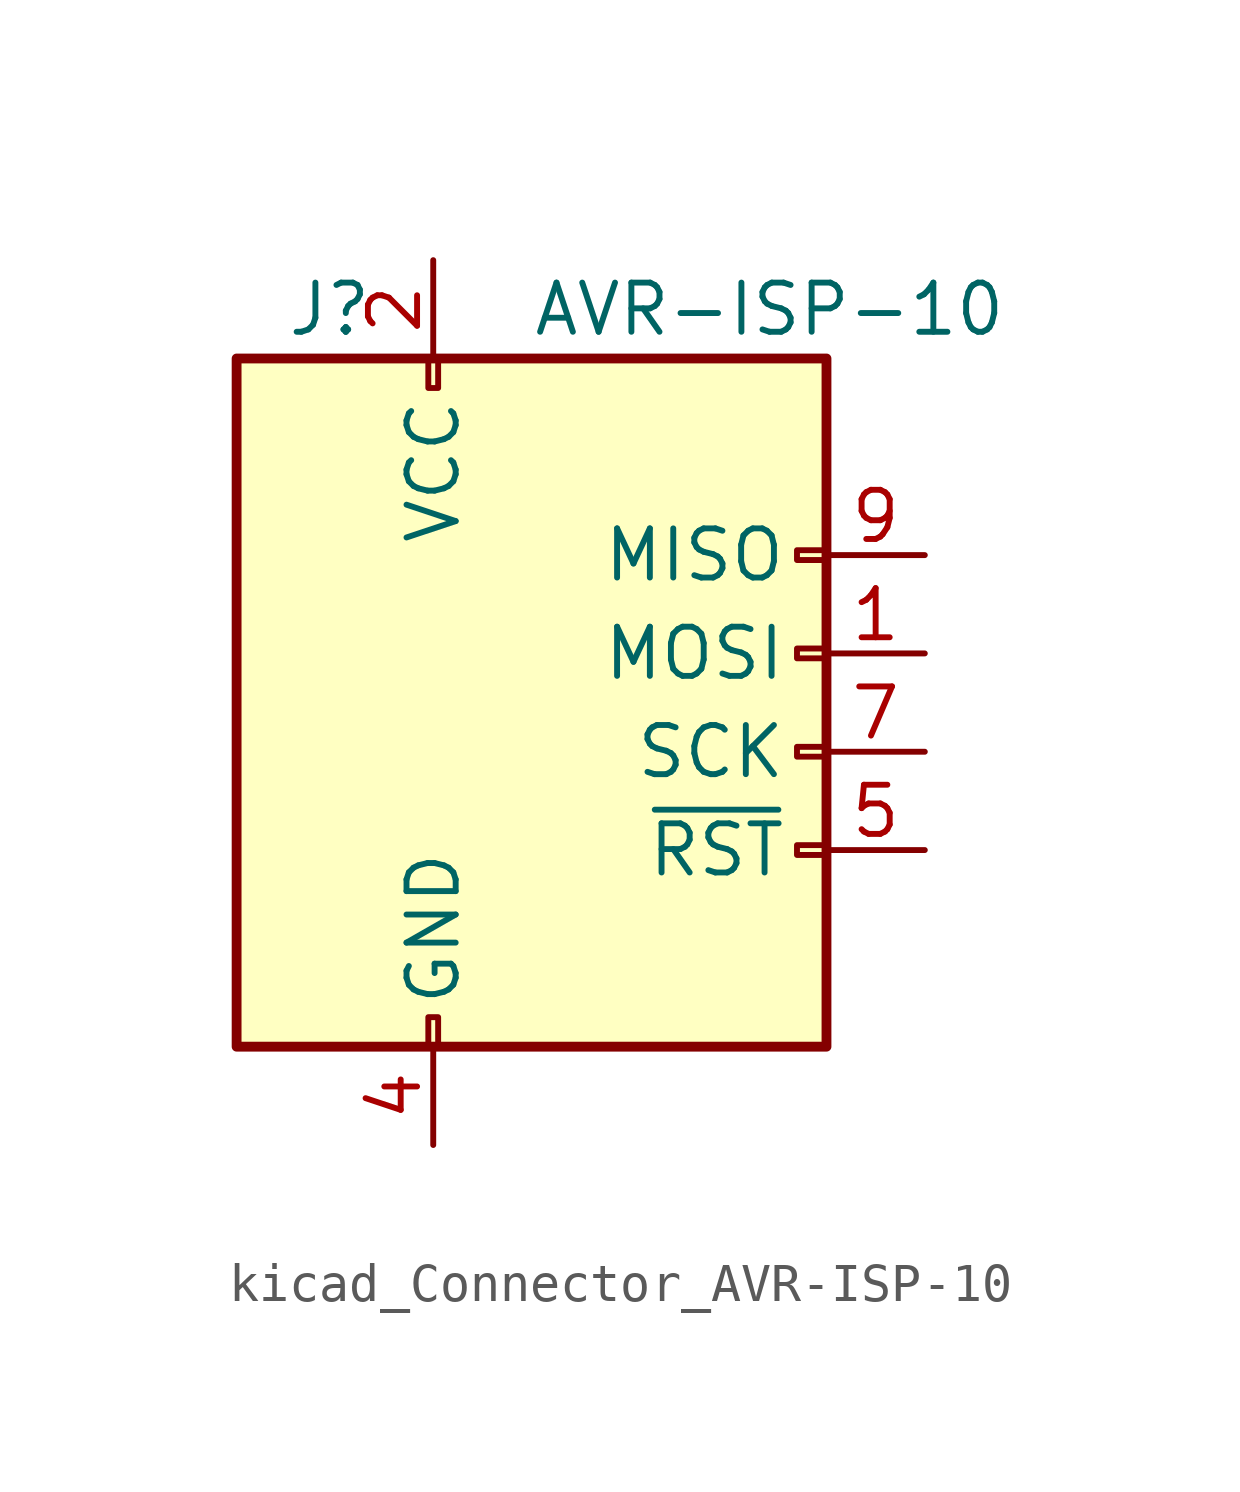
<source format=kicad_sym>
(kicad_symbol_lib
  (version 20220914)
  (generator kicad_symbol_editor)
  (symbol "kicad_Connector_AVR-ISP-10"
    (pin_names
      (offset 1.016))
    (property "Reference" "J"
      (at -6.35 11.43 0)
      (effects (font (size 1.27 1.27)) (justify left)))
    (property "Value" "AVR-ISP-10"
      (at 0 11.43 0)
      (effects (font (size 1.27 1.27)) (justify left)))
    (symbol "kicad_Connector_AVR-ISP-10_0_1"
      (rectangle (start -2.667 -6.858) (end -2.413 -7.62) (stroke (width 0) (type default)) (fill (type none)))
      (rectangle (start -2.667 10.16) (end -2.413 9.398) (stroke (width 0) (type default)) (fill (type none)))
      (rectangle (start 7.62 -2.413) (end 6.858 -2.667) (stroke (width 0) (type default)) (fill (type none)))
      (rectangle (start 7.62 0.127) (end 6.858 -0.127) (stroke (width 0) (type default)) (fill (type none)))
      (rectangle (start 7.62 2.667) (end 6.858 2.413) (stroke (width 0) (type default)) (fill (type none)))
      (rectangle (start 7.62 5.207) (end 6.858 4.953) (stroke (width 0) (type default)) (fill (type none)))
      (rectangle (start 7.62 10.16) (end -7.62 -7.62) (stroke (width 0.254) (type default)) (fill (type background))))
    (symbol "kicad_Connector_AVR-ISP-10_1_1"
      (pin passive line (at 10.16 2.54 180) (length 2.54) (name "MOSI" (effects (font (size 1.27 1.27)))) (number "1" (effects (font (size 1.27 1.27)))))
      (pin passive line (at -2.54 -10.16 90) (length 2.54) hide (name "GND" (effects (font (size 1.27 1.27)))) (number "10" (effects (font (size 1.27 1.27)))))
      (pin passive line (at -2.54 12.7 270) (length 2.54) (name "VCC" (effects (font (size 1.27 1.27)))) (number "2" (effects (font (size 1.27 1.27)))))
      (pin no_connect line (at 7.62 -5.08 180) (length 2.54) hide (name "NC" (effects (font (size 1.27 1.27)))) (number "3" (effects (font (size 1.27 1.27)))))
      (pin passive line (at -2.54 -10.16 90) (length 2.54) (name "GND" (effects (font (size 1.27 1.27)))) (number "4" (effects (font (size 1.27 1.27)))))
      (pin passive line (at 10.16 -2.54 180) (length 2.54) (name "~{RST}" (effects (font (size 1.27 1.27)))) (number "5" (effects (font (size 1.27 1.27)))))
      (pin passive line (at -2.54 -10.16 90) (length 2.54) hide (name "GND" (effects (font (size 1.27 1.27)))) (number "6" (effects (font (size 1.27 1.27)))))
      (pin passive line (at 10.16 0 180) (length 2.54) (name "SCK" (effects (font (size 1.27 1.27)))) (number "7" (effects (font (size 1.27 1.27)))))
      (pin passive line (at -2.54 -10.16 90) (length 2.54) hide (name "GND" (effects (font (size 1.27 1.27)))) (number "8" (effects (font (size 1.27 1.27)))))
      (pin passive line (at 10.16 5.08 180) (length 2.54) (name "MISO" (effects (font (size 1.27 1.27)))) (number "9" (effects (font (size 1.27 1.27))))))))
</source>
